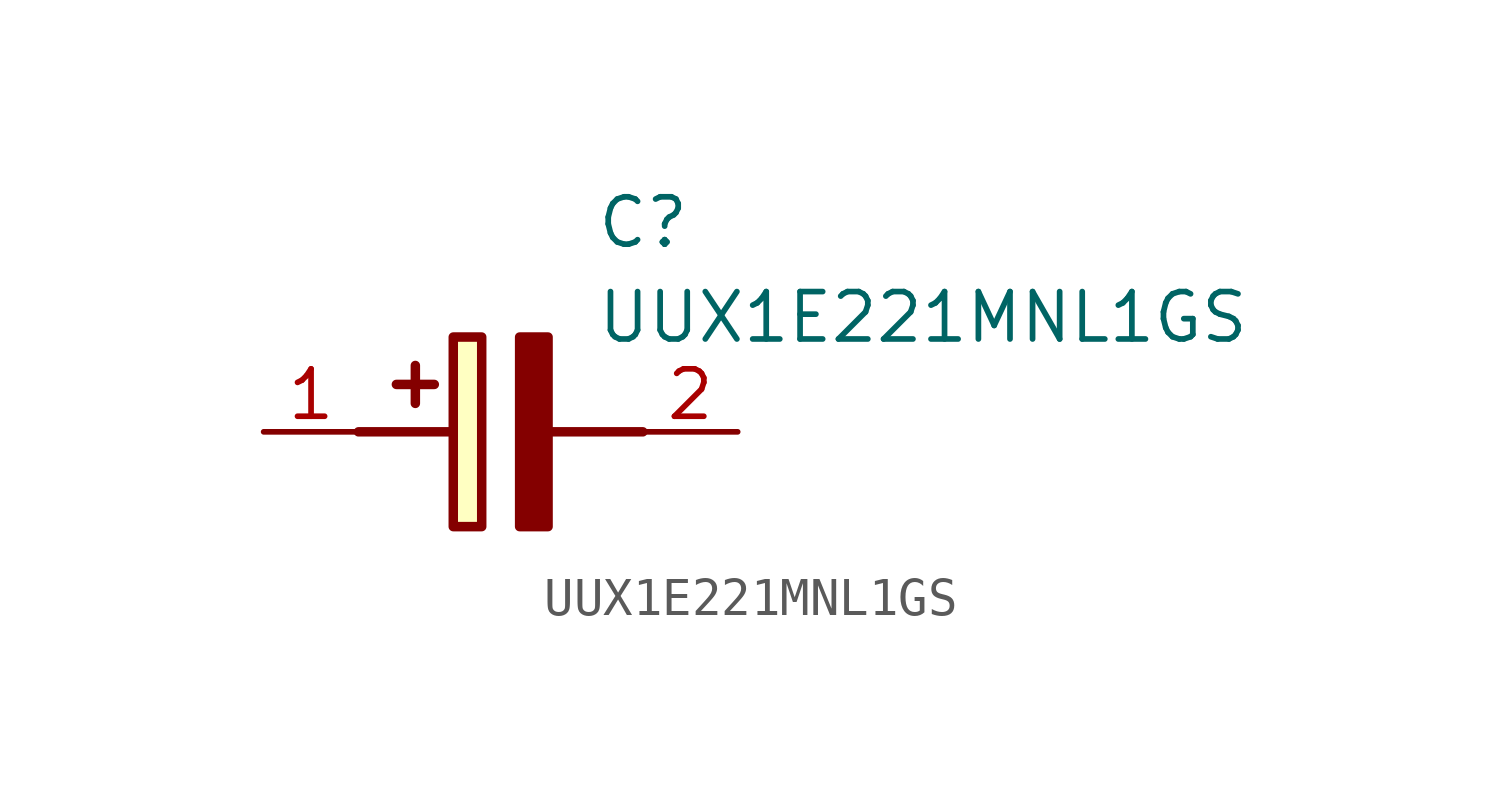
<source format=kicad_sym>
(kicad_symbol_lib
  (version 20211014)
  (generator SamacSys_ECAD_Model)
  (symbol "UUX1E221MNL1GS"
    (pin_names hide)
    (property "Reference" "C"
      (at 8.89 6.35 0)
      (effects (font (size 1.27 1.27)) (justify left top)))
    (property "Value" "UUX1E221MNL1GS"
      (at 8.89 3.81 0)
      (effects (font (size 1.27 1.27)) (justify left top)))
    (rectangle
      (start 5.08 2.54)
      (end 5.842 -2.54)
      (stroke (width 0.254) (type default))
      (fill (type background)))
    (polyline
      (pts (xy 4.572 1.27) (xy 3.556 1.27))
      (stroke (width 0.254) (type default))
      (fill (type none)))
    (polyline
      (pts (xy 4.064 1.778) (xy 4.064 0.762))
      (stroke (width 0.254) (type default))
      (fill (type none)))
    (polyline
      (pts (xy 2.54 0) (xy 5.08 0))
      (stroke (width 0.254) (type default))
      (fill (type none)))
    (polyline
      (pts (xy 7.62 0) (xy 10.16 0))
      (stroke (width 0.254) (type default))
      (fill (type none)))
    (polyline
      (pts (xy 7.62 2.54) (xy 7.62 -2.54) (xy 6.858 -2.54) (xy 6.858 2.54) (xy 7.62 2.54))
      (stroke (width 0.254) (type default))
      (fill (type outline)))
    (pin passive line
      (at 0 0 0)
      (length 2.54)
      (name "+" (effects (font (size 1.27 1.27))))
      (number "1" (effects (font (size 1.27 1.27)))))
    (pin passive line
      (at 12.7 0 180)
      (length 2.54)
      (name "-" (effects (font (size 1.27 1.27))))
      (number "2" (effects (font (size 1.27 1.27)))))))
</source>
